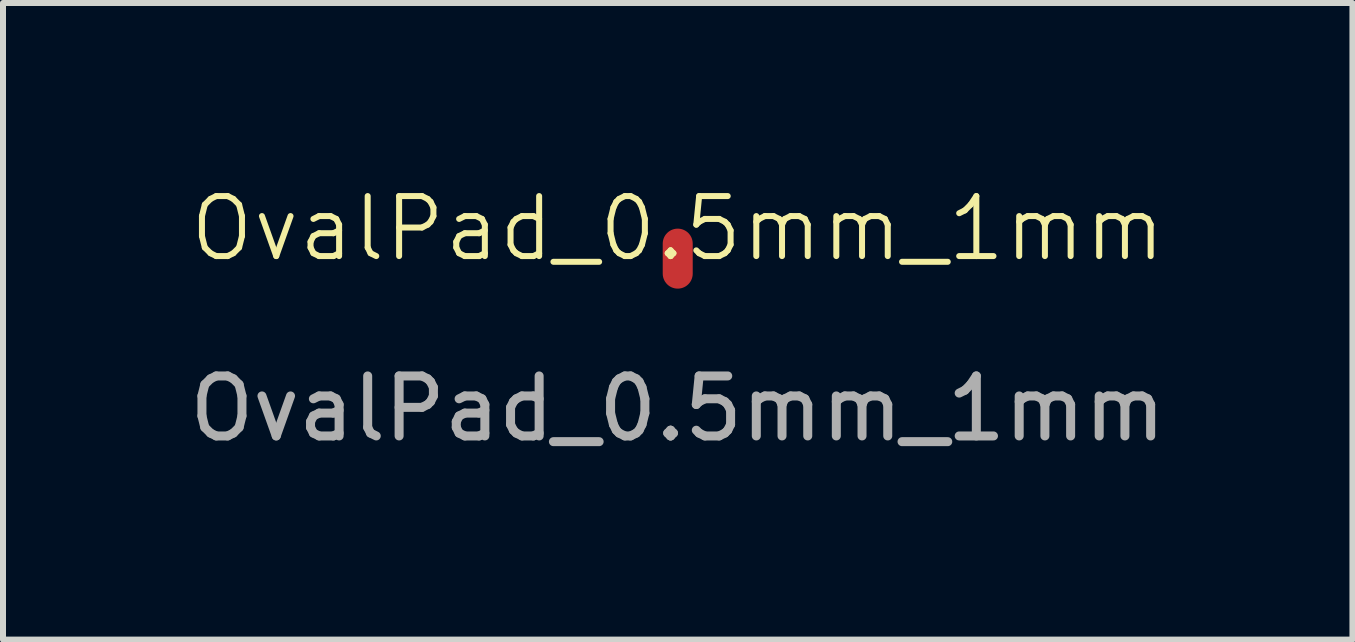
<source format=kicad_pcb>
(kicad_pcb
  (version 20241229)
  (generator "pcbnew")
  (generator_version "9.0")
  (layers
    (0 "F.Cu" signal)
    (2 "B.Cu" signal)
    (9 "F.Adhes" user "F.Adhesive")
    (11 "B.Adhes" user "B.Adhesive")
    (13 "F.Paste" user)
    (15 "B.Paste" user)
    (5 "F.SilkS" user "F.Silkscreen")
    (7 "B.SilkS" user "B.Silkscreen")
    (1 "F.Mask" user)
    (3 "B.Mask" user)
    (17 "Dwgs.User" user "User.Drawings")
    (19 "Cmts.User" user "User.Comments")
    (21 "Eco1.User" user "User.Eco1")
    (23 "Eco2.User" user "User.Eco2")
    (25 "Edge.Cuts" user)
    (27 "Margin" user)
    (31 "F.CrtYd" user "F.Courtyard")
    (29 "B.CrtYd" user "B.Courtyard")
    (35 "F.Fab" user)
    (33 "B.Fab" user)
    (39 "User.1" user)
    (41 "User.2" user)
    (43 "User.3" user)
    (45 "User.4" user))
  (footprint "OvalPad_0.5mm_1mm"
    (layer "F.Cu")
    (at 8.244 1.26)
    (property "Reference" "OvalPad_0.5mm_1mm" (at 0 -0.5 0) (unlocked yes) (layer "F.SilkS") (effects (font (size 1 1) (thickness 0.1))))
    (attr smd)
    (fp_text user "${REFERENCE}" (at 0 2.5 0) (unlocked yes) (layer "F.Fab") (effects (font (size 1 1) (thickness 0.15))))
    (pad "1" smd oval (at 0 0) (size 0.5 1) (layers "F.Cu" "F.Mask" "F.Paste")))
  (gr_rect
    (start -3 -3)
    (end 19.488 7.609)
    (stroke (width 0.1) (type default))
    (fill no)
    (layer "Edge.Cuts")))
</source>
